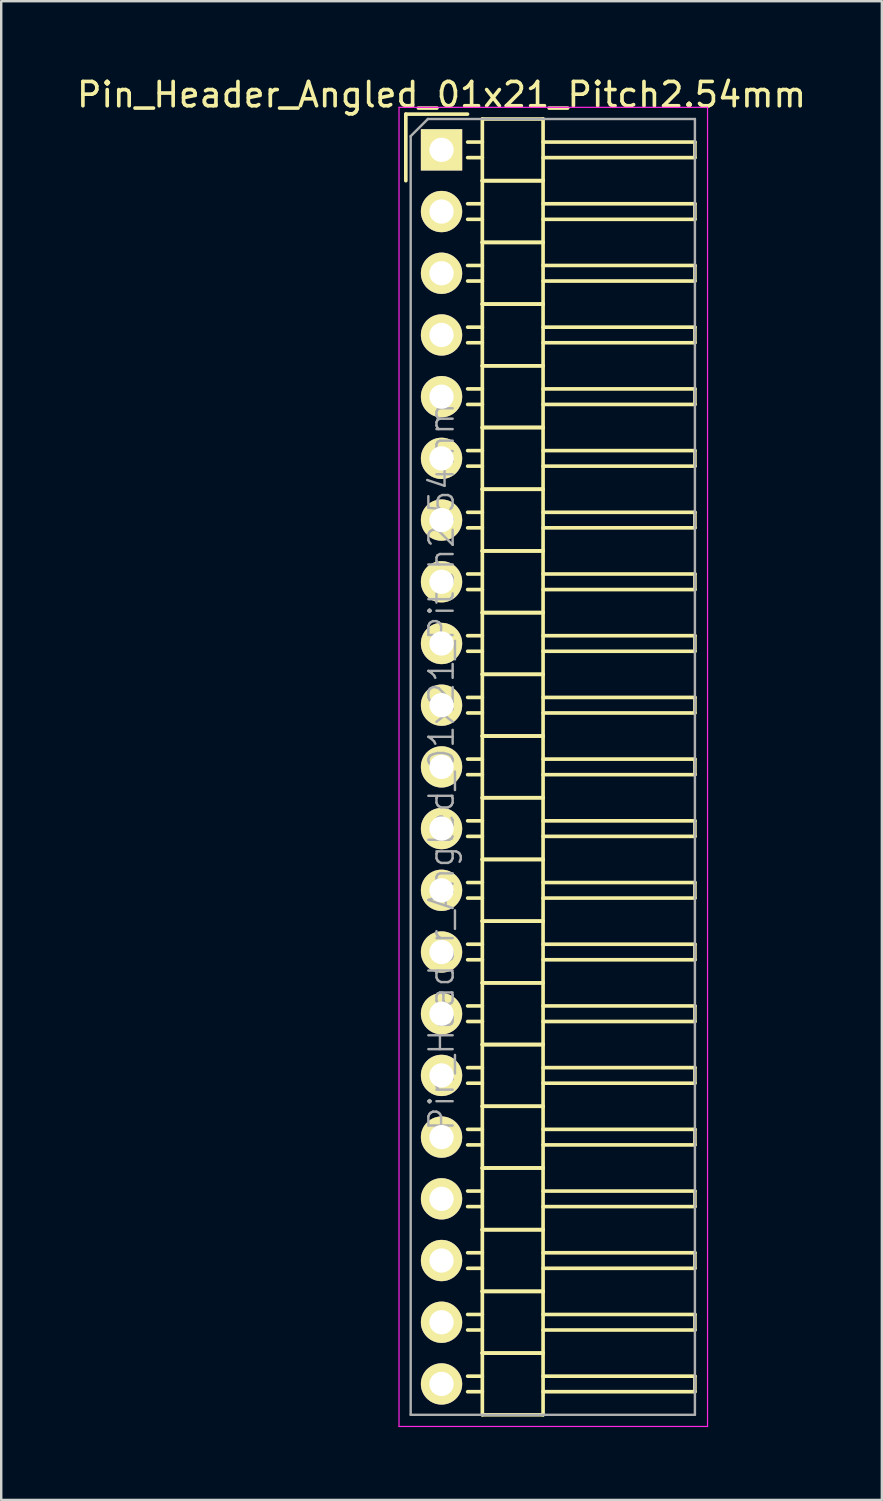
<source format=kicad_pcb>
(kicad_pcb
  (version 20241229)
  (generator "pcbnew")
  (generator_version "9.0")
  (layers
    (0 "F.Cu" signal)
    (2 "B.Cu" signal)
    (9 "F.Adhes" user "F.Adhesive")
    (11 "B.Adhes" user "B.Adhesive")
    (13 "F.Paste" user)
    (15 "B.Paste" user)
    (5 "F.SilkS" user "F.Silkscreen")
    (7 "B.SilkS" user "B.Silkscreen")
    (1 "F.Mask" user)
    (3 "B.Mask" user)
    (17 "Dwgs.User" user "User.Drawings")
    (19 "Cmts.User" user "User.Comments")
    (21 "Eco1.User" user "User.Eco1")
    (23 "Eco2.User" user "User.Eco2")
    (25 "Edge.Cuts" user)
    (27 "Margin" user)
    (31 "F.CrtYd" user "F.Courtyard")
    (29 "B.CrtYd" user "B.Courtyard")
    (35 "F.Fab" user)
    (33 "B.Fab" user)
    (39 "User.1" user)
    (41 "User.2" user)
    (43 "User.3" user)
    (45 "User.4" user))
  (footprint "Pin_Header_Angled_01x21_Pitch2.54mm"
    (layer "F.Cu")
    (at 15.125 3.118)
    (property "Reference" "Pin_Header_Angled_01x21_Pitch2.54mm" (at 0 -2.27 0) (layer "F.SilkS") (effects (font (size 1 1) (thickness 0.15))))
    (attr smd)
    (fp_line (start -1.47 -1.47) (end -1.47 1.27) (stroke (width 0.15) (type solid)) (layer "F.SilkS"))
    (fp_line (start -1.47 -1.47) (end 1.07 -1.47) (stroke (width 0.15) (type solid)) (layer "F.SilkS"))
    (fp_line (start 1.68 -0.32) (end 1.075 -0.32) (stroke (width 0.15) (type solid)) (layer "F.SilkS"))
    (fp_line (start 1.68 0.32) (end 1.075 0.32) (stroke (width 0.15) (type solid)) (layer "F.SilkS"))
    (fp_line (start 1.68 1.27) (end 1.68 -1.27) (stroke (width 0.15) (type solid)) (layer "F.SilkS"))
    (fp_line (start 1.68 2.22) (end 1.075 2.22) (stroke (width 0.15) (type solid)) (layer "F.SilkS"))
    (fp_line (start 1.68 2.86) (end 1.075 2.86) (stroke (width 0.15) (type solid)) (layer "F.SilkS"))
    (fp_line (start 1.68 3.81) (end 1.68 1.27) (stroke (width 0.15) (type solid)) (layer "F.SilkS"))
    (fp_line (start 1.68 4.76) (end 1.075 4.76) (stroke (width 0.15) (type solid)) (layer "F.SilkS"))
    (fp_line (start 1.68 5.4) (end 1.075 5.4) (stroke (width 0.15) (type solid)) (layer "F.SilkS"))
    (fp_line (start 1.68 6.35) (end 1.68 3.81) (stroke (width 0.15) (type solid)) (layer "F.SilkS"))
    (fp_line (start 1.68 7.3) (end 1.075 7.3) (stroke (width 0.15) (type solid)) (layer "F.SilkS"))
    (fp_line (start 1.68 7.94) (end 1.075 7.94) (stroke (width 0.15) (type solid)) (layer "F.SilkS"))
    (fp_line (start 1.68 8.89) (end 1.68 6.35) (stroke (width 0.15) (type solid)) (layer "F.SilkS"))
    (fp_line (start 1.68 9.84) (end 1.075 9.84) (stroke (width 0.15) (type solid)) (layer "F.SilkS"))
    (fp_line (start 1.68 10.48) (end 1.075 10.48) (stroke (width 0.15) (type solid)) (layer "F.SilkS"))
    (fp_line (start 1.68 11.43) (end 1.68 8.89) (stroke (width 0.15) (type solid)) (layer "F.SilkS"))
    (fp_line (start 1.68 12.38) (end 1.075 12.38) (stroke (width 0.15) (type solid)) (layer "F.SilkS"))
    (fp_line (start 1.68 13.02) (end 1.075 13.02) (stroke (width 0.15) (type solid)) (layer "F.SilkS"))
    (fp_line (start 1.68 13.97) (end 1.68 11.43) (stroke (width 0.15) (type solid)) (layer "F.SilkS"))
    (fp_line (start 1.68 14.92) (end 1.075 14.92) (stroke (width 0.15) (type solid)) (layer "F.SilkS"))
    (fp_line (start 1.68 15.56) (end 1.075 15.56) (stroke (width 0.15) (type solid)) (layer "F.SilkS"))
    (fp_line (start 1.68 16.51) (end 1.68 13.97) (stroke (width 0.15) (type solid)) (layer "F.SilkS"))
    (fp_line (start 1.68 17.46) (end 1.075 17.46) (stroke (width 0.15) (type solid)) (layer "F.SilkS"))
    (fp_line (start 1.68 18.1) (end 1.075 18.1) (stroke (width 0.15) (type solid)) (layer "F.SilkS"))
    (fp_line (start 1.68 19.05) (end 1.68 16.51) (stroke (width 0.15) (type solid)) (layer "F.SilkS"))
    (fp_line (start 1.68 20) (end 1.075 20) (stroke (width 0.15) (type solid)) (layer "F.SilkS"))
    (fp_line (start 1.68 20.64) (end 1.075 20.64) (stroke (width 0.15) (type solid)) (layer "F.SilkS"))
    (fp_line (start 1.68 21.59) (end 1.68 19.05) (stroke (width 0.15) (type solid)) (layer "F.SilkS"))
    (fp_line (start 1.68 22.54) (end 1.075 22.54) (stroke (width 0.15) (type solid)) (layer "F.SilkS"))
    (fp_line (start 1.68 23.18) (end 1.075 23.18) (stroke (width 0.15) (type solid)) (layer "F.SilkS"))
    (fp_line (start 1.68 24.13) (end 1.68 21.59) (stroke (width 0.15) (type solid)) (layer "F.SilkS"))
    (fp_line (start 1.68 25.08) (end 1.075 25.08) (stroke (width 0.15) (type solid)) (layer "F.SilkS"))
    (fp_line (start 1.68 25.72) (end 1.075 25.72) (stroke (width 0.15) (type solid)) (layer "F.SilkS"))
    (fp_line (start 1.68 26.67) (end 1.68 24.13) (stroke (width 0.15) (type solid)) (layer "F.SilkS"))
    (fp_line (start 1.68 27.62) (end 1.075 27.62) (stroke (width 0.15) (type solid)) (layer "F.SilkS"))
    (fp_line (start 1.68 28.26) (end 1.075 28.26) (stroke (width 0.15) (type solid)) (layer "F.SilkS"))
    (fp_line (start 1.68 29.21) (end 1.68 26.67) (stroke (width 0.15) (type solid)) (layer "F.SilkS"))
    (fp_line (start 1.68 30.16) (end 1.075 30.16) (stroke (width 0.15) (type solid)) (layer "F.SilkS"))
    (fp_line (start 1.68 30.8) (end 1.075 30.8) (stroke (width 0.15) (type solid)) (layer "F.SilkS"))
    (fp_line (start 1.68 31.75) (end 1.68 29.21) (stroke (width 0.15) (type solid)) (layer "F.SilkS"))
    (fp_line (start 1.68 32.7) (end 1.075 32.7) (stroke (width 0.15) (type solid)) (layer "F.SilkS"))
    (fp_line (start 1.68 33.34) (end 1.075 33.34) (stroke (width 0.15) (type solid)) (layer "F.SilkS"))
    (fp_line (start 1.68 34.29) (end 1.68 31.75) (stroke (width 0.15) (type solid)) (layer "F.SilkS"))
    (fp_line (start 1.68 35.24) (end 1.075 35.24) (stroke (width 0.15) (type solid)) (layer "F.SilkS"))
    (fp_line (start 1.68 35.88) (end 1.075 35.88) (stroke (width 0.15) (type solid)) (layer "F.SilkS"))
    (fp_line (start 1.68 36.83) (end 1.68 34.29) (stroke (width 0.15) (type solid)) (layer "F.SilkS"))
    (fp_line (start 1.68 37.78) (end 1.075 37.78) (stroke (width 0.15) (type solid)) (layer "F.SilkS"))
    (fp_line (start 1.68 38.42) (end 1.075 38.42) (stroke (width 0.15) (type solid)) (layer "F.SilkS"))
    (fp_line (start 1.68 39.37) (end 1.68 36.83) (stroke (width 0.15) (type solid)) (layer "F.SilkS"))
    (fp_line (start 1.68 40.32) (end 1.075 40.32) (stroke (width 0.15) (type solid)) (layer "F.SilkS"))
    (fp_line (start 1.68 40.96) (end 1.075 40.96) (stroke (width 0.15) (type solid)) (layer "F.SilkS"))
    (fp_line (start 1.68 41.91) (end 1.68 39.37) (stroke (width 0.15) (type solid)) (layer "F.SilkS"))
    (fp_line (start 1.68 42.86) (end 1.075 42.86) (stroke (width 0.15) (type solid)) (layer "F.SilkS"))
    (fp_line (start 1.68 43.5) (end 1.075 43.5) (stroke (width 0.15) (type solid)) (layer "F.SilkS"))
    (fp_line (start 1.68 44.45) (end 1.68 41.91) (stroke (width 0.15) (type solid)) (layer "F.SilkS"))
    (fp_line (start 1.68 45.4) (end 1.075 45.4) (stroke (width 0.15) (type solid)) (layer "F.SilkS"))
    (fp_line (start 1.68 46.04) (end 1.075 46.04) (stroke (width 0.15) (type solid)) (layer "F.SilkS"))
    (fp_line (start 1.68 46.99) (end 1.68 44.45) (stroke (width 0.15) (type solid)) (layer "F.SilkS"))
    (fp_line (start 1.68 47.94) (end 1.075 47.94) (stroke (width 0.15) (type solid)) (layer "F.SilkS"))
    (fp_line (start 1.68 48.58) (end 1.075 48.58) (stroke (width 0.15) (type solid)) (layer "F.SilkS"))
    (fp_line (start 1.68 49.53) (end 1.68 46.99) (stroke (width 0.15) (type solid)) (layer "F.SilkS"))
    (fp_line (start 1.68 50.48) (end 1.075 50.48) (stroke (width 0.15) (type solid)) (layer "F.SilkS"))
    (fp_line (start 1.68 51.12) (end 1.075 51.12) (stroke (width 0.15) (type solid)) (layer "F.SilkS"))
    (fp_line (start 1.68 52.07) (end 1.68 49.53) (stroke (width 0.15) (type solid)) (layer "F.SilkS"))
    (fp_line (start 4.18 -1.27) (end 1.68 -1.27) (stroke (width 0.15) (type solid)) (layer "F.SilkS"))
    (fp_line (start 4.18 -0.32) (end 10.43 -0.32) (stroke (width 0.15) (type solid)) (layer "F.SilkS"))
    (fp_line (start 4.18 0.32) (end 10.43 0.32) (stroke (width 0.15) (type solid)) (layer "F.SilkS"))
    (fp_line (start 4.18 1.27) (end 1.68 1.27) (stroke (width 0.15) (type solid)) (layer "F.SilkS"))
    (fp_line (start 4.18 1.27) (end 1.68 1.27) (stroke (width 0.15) (type solid)) (layer "F.SilkS"))
    (fp_line (start 4.18 1.27) (end 4.18 -1.27) (stroke (width 0.15) (type solid)) (layer "F.SilkS"))
    (fp_line (start 4.18 2.22) (end 10.43 2.22) (stroke (width 0.15) (type solid)) (layer "F.SilkS"))
    (fp_line (start 4.18 2.86) (end 10.43 2.86) (stroke (width 0.15) (type solid)) (layer "F.SilkS"))
    (fp_line (start 4.18 3.81) (end 1.68 3.81) (stroke (width 0.15) (type solid)) (layer "F.SilkS"))
    (fp_line (start 4.18 3.81) (end 1.68 3.81) (stroke (width 0.15) (type solid)) (layer "F.SilkS"))
    (fp_line (start 4.18 3.81) (end 4.18 1.27) (stroke (width 0.15) (type solid)) (layer "F.SilkS"))
    (fp_line (start 4.18 4.76) (end 10.43 4.76) (stroke (width 0.15) (type solid)) (layer "F.SilkS"))
    (fp_line (start 4.18 5.4) (end 10.43 5.4) (stroke (width 0.15) (type solid)) (layer "F.SilkS"))
    (fp_line (start 4.18 6.35) (end 1.68 6.35) (stroke (width 0.15) (type solid)) (layer "F.SilkS"))
    (fp_line (start 4.18 6.35) (end 1.68 6.35) (stroke (width 0.15) (type solid)) (layer "F.SilkS"))
    (fp_line (start 4.18 6.35) (end 4.18 3.81) (stroke (width 0.15) (type solid)) (layer "F.SilkS"))
    (fp_line (start 4.18 7.3) (end 10.43 7.3) (stroke (width 0.15) (type solid)) (layer "F.SilkS"))
    (fp_line (start 4.18 7.94) (end 10.43 7.94) (stroke (width 0.15) (type solid)) (layer "F.SilkS"))
    (fp_line (start 4.18 8.89) (end 1.68 8.89) (stroke (width 0.15) (type solid)) (layer "F.SilkS"))
    (fp_line (start 4.18 8.89) (end 1.68 8.89) (stroke (width 0.15) (type solid)) (layer "F.SilkS"))
    (fp_line (start 4.18 8.89) (end 4.18 6.35) (stroke (width 0.15) (type solid)) (layer "F.SilkS"))
    (fp_line (start 4.18 9.84) (end 10.43 9.84) (stroke (width 0.15) (type solid)) (layer "F.SilkS"))
    (fp_line (start 4.18 10.48) (end 10.43 10.48) (stroke (width 0.15) (type solid)) (layer "F.SilkS"))
    (fp_line (start 4.18 11.43) (end 1.68 11.43) (stroke (width 0.15) (type solid)) (layer "F.SilkS"))
    (fp_line (start 4.18 11.43) (end 1.68 11.43) (stroke (width 0.15) (type solid)) (layer "F.SilkS"))
    (fp_line (start 4.18 11.43) (end 4.18 8.89) (stroke (width 0.15) (type solid)) (layer "F.SilkS"))
    (fp_line (start 4.18 12.38) (end 10.43 12.38) (stroke (width 0.15) (type solid)) (layer "F.SilkS"))
    (fp_line (start 4.18 13.02) (end 10.43 13.02) (stroke (width 0.15) (type solid)) (layer "F.SilkS"))
    (fp_line (start 4.18 13.97) (end 1.68 13.97) (stroke (width 0.15) (type solid)) (layer "F.SilkS"))
    (fp_line (start 4.18 13.97) (end 1.68 13.97) (stroke (width 0.15) (type solid)) (layer "F.SilkS"))
    (fp_line (start 4.18 13.97) (end 4.18 11.43) (stroke (width 0.15) (type solid)) (layer "F.SilkS"))
    (fp_line (start 4.18 14.92) (end 10.43 14.92) (stroke (width 0.15) (type solid)) (layer "F.SilkS"))
    (fp_line (start 4.18 15.56) (end 10.43 15.56) (stroke (width 0.15) (type solid)) (layer "F.SilkS"))
    (fp_line (start 4.18 16.51) (end 1.68 16.51) (stroke (width 0.15) (type solid)) (layer "F.SilkS"))
    (fp_line (start 4.18 16.51) (end 1.68 16.51) (stroke (width 0.15) (type solid)) (layer "F.SilkS"))
    (fp_line (start 4.18 16.51) (end 4.18 13.97) (stroke (width 0.15) (type solid)) (layer "F.SilkS"))
    (fp_line (start 4.18 17.46) (end 10.43 17.46) (stroke (width 0.15) (type solid)) (layer "F.SilkS"))
    (fp_line (start 4.18 18.1) (end 10.43 18.1) (stroke (width 0.15) (type solid)) (layer "F.SilkS"))
    (fp_line (start 4.18 19.05) (end 1.68 19.05) (stroke (width 0.15) (type solid)) (layer "F.SilkS"))
    (fp_line (start 4.18 19.05) (end 1.68 19.05) (stroke (width 0.15) (type solid)) (layer "F.SilkS"))
    (fp_line (start 4.18 19.05) (end 4.18 16.51) (stroke (width 0.15) (type solid)) (layer "F.SilkS"))
    (fp_line (start 4.18 20) (end 10.43 20) (stroke (width 0.15) (type solid)) (layer "F.SilkS"))
    (fp_line (start 4.18 20.64) (end 10.43 20.64) (stroke (width 0.15) (type solid)) (layer "F.SilkS"))
    (fp_line (start 4.18 21.59) (end 1.68 21.59) (stroke (width 0.15) (type solid)) (layer "F.SilkS"))
    (fp_line (start 4.18 21.59) (end 1.68 21.59) (stroke (width 0.15) (type solid)) (layer "F.SilkS"))
    (fp_line (start 4.18 21.59) (end 4.18 19.05) (stroke (width 0.15) (type solid)) (layer "F.SilkS"))
    (fp_line (start 4.18 22.54) (end 10.43 22.54) (stroke (width 0.15) (type solid)) (layer "F.SilkS"))
    (fp_line (start 4.18 23.18) (end 10.43 23.18) (stroke (width 0.15) (type solid)) (layer "F.SilkS"))
    (fp_line (start 4.18 24.13) (end 1.68 24.13) (stroke (width 0.15) (type solid)) (layer "F.SilkS"))
    (fp_line (start 4.18 24.13) (end 1.68 24.13) (stroke (width 0.15) (type solid)) (layer "F.SilkS"))
    (fp_line (start 4.18 24.13) (end 4.18 21.59) (stroke (width 0.15) (type solid)) (layer "F.SilkS"))
    (fp_line (start 4.18 25.08) (end 10.43 25.08) (stroke (width 0.15) (type solid)) (layer "F.SilkS"))
    (fp_line (start 4.18 25.72) (end 10.43 25.72) (stroke (width 0.15) (type solid)) (layer "F.SilkS"))
    (fp_line (start 4.18 26.67) (end 1.68 26.67) (stroke (width 0.15) (type solid)) (layer "F.SilkS"))
    (fp_line (start 4.18 26.67) (end 1.68 26.67) (stroke (width 0.15) (type solid)) (layer "F.SilkS"))
    (fp_line (start 4.18 26.67) (end 4.18 24.13) (stroke (width 0.15) (type solid)) (layer "F.SilkS"))
    (fp_line (start 4.18 27.62) (end 10.43 27.62) (stroke (width 0.15) (type solid)) (layer "F.SilkS"))
    (fp_line (start 4.18 28.26) (end 10.43 28.26) (stroke (width 0.15) (type solid)) (layer "F.SilkS"))
    (fp_line (start 4.18 29.21) (end 1.68 29.21) (stroke (width 0.15) (type solid)) (layer "F.SilkS"))
    (fp_line (start 4.18 29.21) (end 1.68 29.21) (stroke (width 0.15) (type solid)) (layer "F.SilkS"))
    (fp_line (start 4.18 29.21) (end 4.18 26.67) (stroke (width 0.15) (type solid)) (layer "F.SilkS"))
    (fp_line (start 4.18 30.16) (end 10.43 30.16) (stroke (width 0.15) (type solid)) (layer "F.SilkS"))
    (fp_line (start 4.18 30.8) (end 10.43 30.8) (stroke (width 0.15) (type solid)) (layer "F.SilkS"))
    (fp_line (start 4.18 31.75) (end 1.68 31.75) (stroke (width 0.15) (type solid)) (layer "F.SilkS"))
    (fp_line (start 4.18 31.75) (end 1.68 31.75) (stroke (width 0.15) (type solid)) (layer "F.SilkS"))
    (fp_line (start 4.18 31.75) (end 4.18 29.21) (stroke (width 0.15) (type solid)) (layer "F.SilkS"))
    (fp_line (start 4.18 32.7) (end 10.43 32.7) (stroke (width 0.15) (type solid)) (layer "F.SilkS"))
    (fp_line (start 4.18 33.34) (end 10.43 33.34) (stroke (width 0.15) (type solid)) (layer "F.SilkS"))
    (fp_line (start 4.18 34.29) (end 1.68 34.29) (stroke (width 0.15) (type solid)) (layer "F.SilkS"))
    (fp_line (start 4.18 34.29) (end 1.68 34.29) (stroke (width 0.15) (type solid)) (layer "F.SilkS"))
    (fp_line (start 4.18 34.29) (end 4.18 31.75) (stroke (width 0.15) (type solid)) (layer "F.SilkS"))
    (fp_line (start 4.18 35.24) (end 10.43 35.24) (stroke (width 0.15) (type solid)) (layer "F.SilkS"))
    (fp_line (start 4.18 35.88) (end 10.43 35.88) (stroke (width 0.15) (type solid)) (layer "F.SilkS"))
    (fp_line (start 4.18 36.83) (end 1.68 36.83) (stroke (width 0.15) (type solid)) (layer "F.SilkS"))
    (fp_line (start 4.18 36.83) (end 1.68 36.83) (stroke (width 0.15) (type solid)) (layer "F.SilkS"))
    (fp_line (start 4.18 36.83) (end 4.18 34.29) (stroke (width 0.15) (type solid)) (layer "F.SilkS"))
    (fp_line (start 4.18 37.78) (end 10.43 37.78) (stroke (width 0.15) (type solid)) (layer "F.SilkS"))
    (fp_line (start 4.18 38.42) (end 10.43 38.42) (stroke (width 0.15) (type solid)) (layer "F.SilkS"))
    (fp_line (start 4.18 39.37) (end 1.68 39.37) (stroke (width 0.15) (type solid)) (layer "F.SilkS"))
    (fp_line (start 4.18 39.37) (end 1.68 39.37) (stroke (width 0.15) (type solid)) (layer "F.SilkS"))
    (fp_line (start 4.18 39.37) (end 4.18 36.83) (stroke (width 0.15) (type solid)) (layer "F.SilkS"))
    (fp_line (start 4.18 40.32) (end 10.43 40.32) (stroke (width 0.15) (type solid)) (layer "F.SilkS"))
    (fp_line (start 4.18 40.96) (end 10.43 40.96) (stroke (width 0.15) (type solid)) (layer "F.SilkS"))
    (fp_line (start 4.18 41.91) (end 1.68 41.91) (stroke (width 0.15) (type solid)) (layer "F.SilkS"))
    (fp_line (start 4.18 41.91) (end 1.68 41.91) (stroke (width 0.15) (type solid)) (layer "F.SilkS"))
    (fp_line (start 4.18 41.91) (end 4.18 39.37) (stroke (width 0.15) (type solid)) (layer "F.SilkS"))
    (fp_line (start 4.18 42.86) (end 10.43 42.86) (stroke (width 0.15) (type solid)) (layer "F.SilkS"))
    (fp_line (start 4.18 43.5) (end 10.43 43.5) (stroke (width 0.15) (type solid)) (layer "F.SilkS"))
    (fp_line (start 4.18 44.45) (end 1.68 44.45) (stroke (width 0.15) (type solid)) (layer "F.SilkS"))
    (fp_line (start 4.18 44.45) (end 1.68 44.45) (stroke (width 0.15) (type solid)) (layer "F.SilkS"))
    (fp_line (start 4.18 44.45) (end 4.18 41.91) (stroke (width 0.15) (type solid)) (layer "F.SilkS"))
    (fp_line (start 4.18 45.4) (end 10.43 45.4) (stroke (width 0.15) (type solid)) (layer "F.SilkS"))
    (fp_line (start 4.18 46.04) (end 10.43 46.04) (stroke (width 0.15) (type solid)) (layer "F.SilkS"))
    (fp_line (start 4.18 46.99) (end 1.68 46.99) (stroke (width 0.15) (type solid)) (layer "F.SilkS"))
    (fp_line (start 4.18 46.99) (end 1.68 46.99) (stroke (width 0.15) (type solid)) (layer "F.SilkS"))
    (fp_line (start 4.18 46.99) (end 4.18 44.45) (stroke (width 0.15) (type solid)) (layer "F.SilkS"))
    (fp_line (start 4.18 47.94) (end 10.43 47.94) (stroke (width 0.15) (type solid)) (layer "F.SilkS"))
    (fp_line (start 4.18 48.58) (end 10.43 48.58) (stroke (width 0.15) (type solid)) (layer "F.SilkS"))
    (fp_line (start 4.18 49.53) (end 1.68 49.53) (stroke (width 0.15) (type solid)) (layer "F.SilkS"))
    (fp_line (start 4.18 49.53) (end 1.68 49.53) (stroke (width 0.15) (type solid)) (layer "F.SilkS"))
    (fp_line (start 4.18 49.53) (end 4.18 46.99) (stroke (width 0.15) (type solid)) (layer "F.SilkS"))
    (fp_line (start 4.18 50.48) (end 10.43 50.48) (stroke (width 0.15) (type solid)) (layer "F.SilkS"))
    (fp_line (start 4.18 51.12) (end 10.43 51.12) (stroke (width 0.15) (type solid)) (layer "F.SilkS"))
    (fp_line (start 4.18 52.07) (end 1.68 52.07) (stroke (width 0.15) (type solid)) (layer "F.SilkS"))
    (fp_line (start 4.18 52.07) (end 4.18 49.53) (stroke (width 0.15) (type solid)) (layer "F.SilkS"))
    (fp_line (start 10.43 0.32) (end 10.43 -0.32) (stroke (width 0.15) (type solid)) (layer "F.SilkS"))
    (fp_line (start 10.43 2.86) (end 10.43 2.22) (stroke (width 0.15) (type solid)) (layer "F.SilkS"))
    (fp_line (start 10.43 5.4) (end 10.43 4.76) (stroke (width 0.15) (type solid)) (layer "F.SilkS"))
    (fp_line (start 10.43 7.94) (end 10.43 7.3) (stroke (width 0.15) (type solid)) (layer "F.SilkS"))
    (fp_line (start 10.43 10.48) (end 10.43 9.84) (stroke (width 0.15) (type solid)) (layer "F.SilkS"))
    (fp_line (start 10.43 13.02) (end 10.43 12.38) (stroke (width 0.15) (type solid)) (layer "F.SilkS"))
    (fp_line (start 10.43 15.56) (end 10.43 14.92) (stroke (width 0.15) (type solid)) (layer "F.SilkS"))
    (fp_line (start 10.43 18.1) (end 10.43 17.46) (stroke (width 0.15) (type solid)) (layer "F.SilkS"))
    (fp_line (start 10.43 20.64) (end 10.43 20) (stroke (width 0.15) (type solid)) (layer "F.SilkS"))
    (fp_line (start 10.43 23.18) (end 10.43 22.54) (stroke (width 0.15) (type solid)) (layer "F.SilkS"))
    (fp_line (start 10.43 25.72) (end 10.43 25.08) (stroke (width 0.15) (type solid)) (layer "F.SilkS"))
    (fp_line (start 10.43 28.26) (end 10.43 27.62) (stroke (width 0.15) (type solid)) (layer "F.SilkS"))
    (fp_line (start 10.43 30.8) (end 10.43 30.16) (stroke (width 0.15) (type solid)) (layer "F.SilkS"))
    (fp_line (start 10.43 33.34) (end 10.43 32.7) (stroke (width 0.15) (type solid)) (layer "F.SilkS"))
    (fp_line (start 10.43 35.88) (end 10.43 35.24) (stroke (width 0.15) (type solid)) (layer "F.SilkS"))
    (fp_line (start 10.43 38.42) (end 10.43 37.78) (stroke (width 0.15) (type solid)) (layer "F.SilkS"))
    (fp_line (start 10.43 40.96) (end 10.43 40.32) (stroke (width 0.15) (type solid)) (layer "F.SilkS"))
    (fp_line (start 10.43 43.5) (end 10.43 42.86) (stroke (width 0.15) (type solid)) (layer "F.SilkS"))
    (fp_line (start 10.43 46.04) (end 10.43 45.4) (stroke (width 0.15) (type solid)) (layer "F.SilkS"))
    (fp_line (start 10.43 48.58) (end 10.43 47.94) (stroke (width 0.15) (type solid)) (layer "F.SilkS"))
    (fp_line (start 10.43 51.12) (end 10.43 50.48) (stroke (width 0.15) (type solid)) (layer "F.SilkS"))
    (fp_line (start -1.75 -1.75) (end -1.75 52.55) (stroke (width 0.05) (type solid)) (layer "F.CrtYd"))
    (fp_line (start 10.95 -1.75) (end -1.75 -1.75) (stroke (width 0.05) (type solid)) (layer "F.CrtYd"))
    (fp_line (start 10.95 -1.75) (end 10.95 52.55) (stroke (width 0.05) (type solid)) (layer "F.CrtYd"))
    (fp_line (start 10.95 52.55) (end -1.75 52.55) (stroke (width 0.05) (type solid)) (layer "F.CrtYd"))
    (fp_line (start -1.27 -0.563) (end -0.563 -1.27) (stroke (width 0.1) (type solid)) (layer "F.Fab"))
    (fp_line (start -1.27 52.07) (end -1.27 -0.563) (stroke (width 0.1) (type solid)) (layer "F.Fab"))
    (fp_line (start 10.43 -1.27) (end -0.563 -1.27) (stroke (width 0.1) (type solid)) (layer "F.Fab"))
    (fp_line (start 10.43 52.07) (end -1.27 52.07) (stroke (width 0.1) (type solid)) (layer "F.Fab"))
    (fp_line (start 10.43 52.07) (end 10.43 -1.27) (stroke (width 0.1) (type solid)) (layer "F.Fab"))
    (fp_text user "${REFERENCE}" (at 0 25.4 90) (layer "F.Fab") (effects (font (size 1 1) (thickness 0.1))))
    (pad "1" thru_hole rect (at 0 0) (size 1.7 1.7) (drill 1) (layers "*.Cu" "*.Mask" "F.SilkS"))
    (pad "2" thru_hole oval (at 0 2.54) (size 1.7 1.7) (drill 1) (layers "*.Cu" "*.Mask" "F.SilkS"))
    (pad "3" thru_hole oval (at 0 5.08) (size 1.7 1.7) (drill 1) (layers "*.Cu" "*.Mask" "F.SilkS"))
    (pad "4" thru_hole oval (at 0 7.62) (size 1.7 1.7) (drill 1) (layers "*.Cu" "*.Mask" "F.SilkS"))
    (pad "5" thru_hole oval (at 0 10.16) (size 1.7 1.7) (drill 1) (layers "*.Cu" "*.Mask" "F.SilkS"))
    (pad "6" thru_hole oval (at 0 12.7) (size 1.7 1.7) (drill 1) (layers "*.Cu" "*.Mask" "F.SilkS"))
    (pad "7" thru_hole oval (at 0 15.24) (size 1.7 1.7) (drill 1) (layers "*.Cu" "*.Mask" "F.SilkS"))
    (pad "8" thru_hole oval (at 0 17.78) (size 1.7 1.7) (drill 1) (layers "*.Cu" "*.Mask" "F.SilkS"))
    (pad "9" thru_hole oval (at 0 20.32) (size 1.7 1.7) (drill 1) (layers "*.Cu" "*.Mask" "F.SilkS"))
    (pad "10" thru_hole oval (at 0 22.86) (size 1.7 1.7) (drill 1) (layers "*.Cu" "*.Mask" "F.SilkS"))
    (pad "11" thru_hole oval (at 0 25.4) (size 1.7 1.7) (drill 1) (layers "*.Cu" "*.Mask" "F.SilkS"))
    (pad "12" thru_hole oval (at 0 27.94) (size 1.7 1.7) (drill 1) (layers "*.Cu" "*.Mask" "F.SilkS"))
    (pad "13" thru_hole oval (at 0 30.48) (size 1.7 1.7) (drill 1) (layers "*.Cu" "*.Mask" "F.SilkS"))
    (pad "14" thru_hole oval (at 0 33.02) (size 1.7 1.7) (drill 1) (layers "*.Cu" "*.Mask" "F.SilkS"))
    (pad "15" thru_hole oval (at 0 35.56) (size 1.7 1.7) (drill 1) (layers "*.Cu" "*.Mask" "F.SilkS"))
    (pad "16" thru_hole oval (at 0 38.1) (size 1.7 1.7) (drill 1) (layers "*.Cu" "*.Mask" "F.SilkS"))
    (pad "17" thru_hole oval (at 0 40.64) (size 1.7 1.7) (drill 1) (layers "*.Cu" "*.Mask" "F.SilkS"))
    (pad "18" thru_hole oval (at 0 43.18) (size 1.7 1.7) (drill 1) (layers "*.Cu" "*.Mask" "F.SilkS"))
    (pad "19" thru_hole oval (at 0 45.72) (size 1.7 1.7) (drill 1) (layers "*.Cu" "*.Mask" "F.SilkS"))
    (pad "20" thru_hole oval (at 0 48.26) (size 1.7 1.7) (drill 1) (layers "*.Cu" "*.Mask" "F.SilkS"))
    (pad "21" thru_hole oval (at 0 50.8) (size 1.7 1.7) (drill 1) (layers "*.Cu" "*.Mask" "F.SilkS")))
  (gr_rect
    (start -3 -3)
    (end 33.25 58.693)
    (stroke (width 0.1) (type default))
    (fill no)
    (layer "Edge.Cuts")))
</source>
